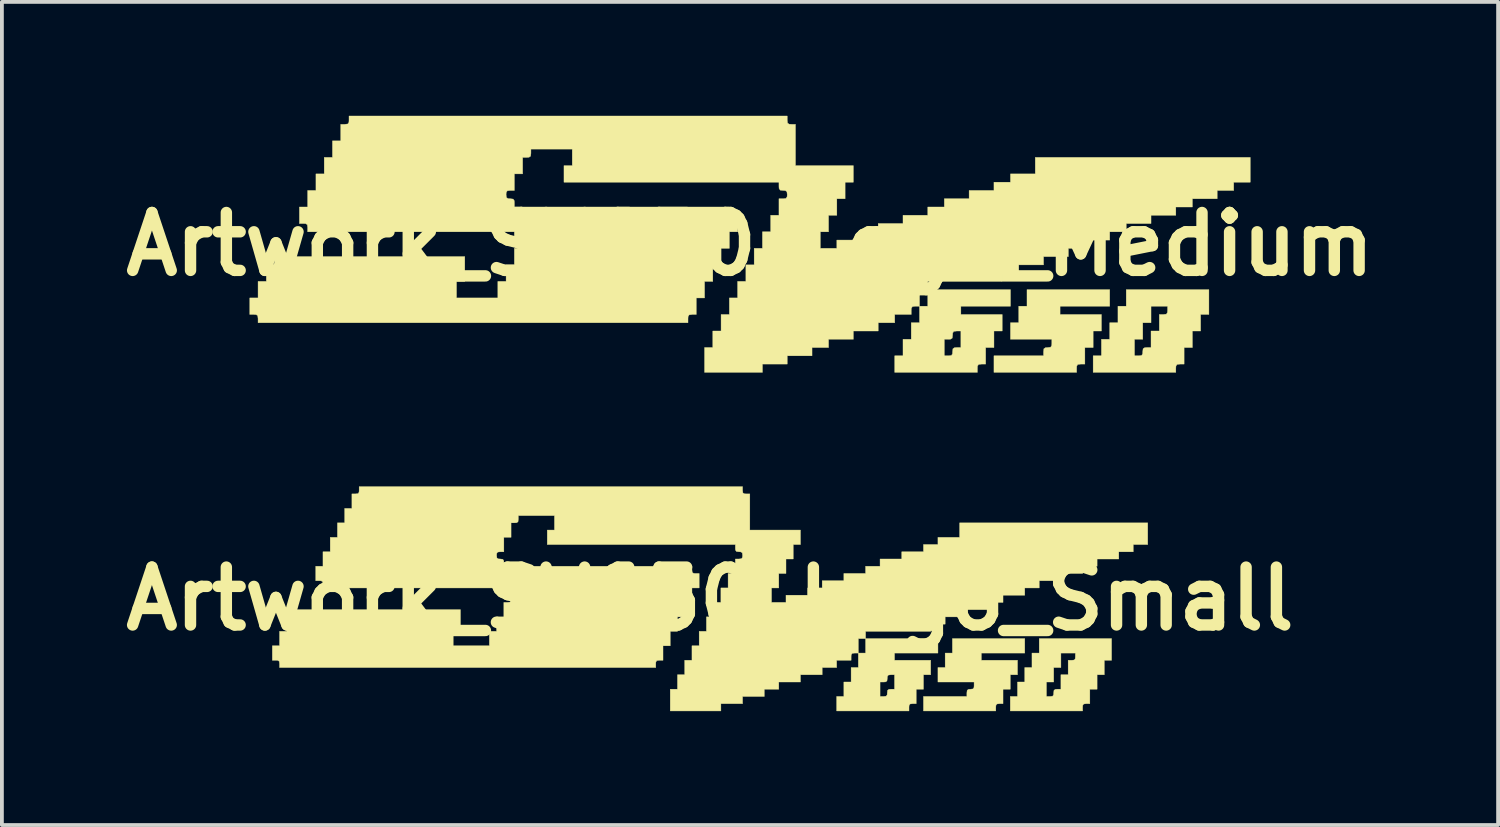
<source format=kicad_pcb>
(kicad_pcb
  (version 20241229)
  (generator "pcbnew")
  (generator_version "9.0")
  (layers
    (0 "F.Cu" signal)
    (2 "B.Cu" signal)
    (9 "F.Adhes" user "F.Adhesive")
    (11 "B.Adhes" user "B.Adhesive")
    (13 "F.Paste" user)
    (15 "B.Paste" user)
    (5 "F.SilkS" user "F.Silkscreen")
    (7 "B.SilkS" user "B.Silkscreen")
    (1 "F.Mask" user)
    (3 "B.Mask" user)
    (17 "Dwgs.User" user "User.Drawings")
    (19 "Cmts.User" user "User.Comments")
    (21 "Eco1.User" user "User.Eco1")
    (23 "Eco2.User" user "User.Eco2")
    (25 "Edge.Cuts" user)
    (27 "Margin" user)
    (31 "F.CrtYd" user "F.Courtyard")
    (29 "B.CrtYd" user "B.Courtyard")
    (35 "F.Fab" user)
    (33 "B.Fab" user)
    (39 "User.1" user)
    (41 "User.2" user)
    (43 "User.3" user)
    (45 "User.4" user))
  (footprint "Artwork_SV650_Logo_Medium"
    (layer "F.Cu")
    (at 16.699 3.38)
    (property "Reference" "Artwork_SV650_Logo_Medium" (at 0 0 0) (layer "F.SilkS") (effects (font (size 1.524 1.524) (thickness 0.3))))
    (attr through_hole)
    (fp_poly (pts (xy 9.471 1.633) (xy 8.164 1.633) (xy 8.164 1.851) (xy 9.253 1.851) (xy 9.253 2.286) (xy 9.035 2.286) (xy 9.035 2.721) (xy 8.817 2.721) (xy 8.817 3.157) (xy 8.709 3.157) (xy 8.631 3.166) (xy 8.603 3.208) (xy 8.6 3.266) (xy 8.6 3.375) (xy 6.423 3.375) (xy 6.423 2.939) (xy 7.729 2.939) (xy 7.729 2.83) (xy 7.738 2.753) (xy 7.78 2.725) (xy 7.838 2.721) (xy 7.915 2.712) (xy 7.943 2.67) (xy 7.947 2.613) (xy 7.947 2.504) (xy 6.858 2.504) (xy 6.858 2.068) (xy 7.076 2.068) (xy 7.076 1.633) (xy 7.293 1.633) (xy 7.293 1.197) (xy 9.471 1.197) (xy 9.471 1.633)) (stroke (width 0.01) (type solid)) (fill yes) (layer "F.SilkS"))
    (fp_poly (pts (xy 4.681 1.633) (xy 4.681 1.197) (xy 6.858 1.197) (xy 6.858 1.633) (xy 5.552 1.633) (xy 5.552 1.851) (xy 6.64 1.851) (xy 6.64 2.286) (xy 6.423 2.286) (xy 6.423 2.721) (xy 6.205 2.721) (xy 6.205 3.157) (xy 6.096 3.157) (xy 6.019 3.166) (xy 5.99 3.208) (xy 5.987 3.266) (xy 5.987 3.375) (xy 3.81 3.375) (xy 3.81 2.939) (xy 4.028 2.939) (xy 4.028 2.504) (xy 4.245 2.504) (xy 5.116 2.504) (xy 5.116 2.939) (xy 5.225 2.939) (xy 5.302 2.93) (xy 5.331 2.888) (xy 5.334 2.83) (xy 5.343 2.753) (xy 5.385 2.725) (xy 5.443 2.721) (xy 5.552 2.721) (xy 5.552 2.286) (xy 5.443 2.286) (xy 5.366 2.295) (xy 5.337 2.337) (xy 5.334 2.395) (xy 5.325 2.472) (xy 5.283 2.5) (xy 5.225 2.504) (xy 5.116 2.504) (xy 4.245 2.504) (xy 4.245 2.068) (xy 4.463 2.068) (xy 4.463 1.633) (xy 4.681 1.633)) (stroke (width 0.01) (type solid)) (fill yes) (layer "F.SilkS"))
    (fp_poly (pts (xy 12.083 1.851) (xy 11.865 1.851) (xy 11.865 2.286) (xy 11.648 2.286) (xy 11.648 2.721) (xy 11.43 2.721) (xy 11.43 3.157) (xy 11.321 3.157) (xy 11.244 3.166) (xy 11.216 3.208) (xy 11.212 3.266) (xy 11.212 3.375) (xy 9.035 3.375) (xy 9.035 2.939) (xy 9.253 2.939) (xy 9.253 2.504) (xy 9.471 2.504) (xy 10.124 2.504) (xy 10.124 2.939) (xy 10.233 2.939) (xy 10.31 2.93) (xy 10.338 2.888) (xy 10.341 2.83) (xy 10.35 2.753) (xy 10.393 2.725) (xy 10.45 2.721) (xy 10.559 2.721) (xy 10.559 2.286) (xy 10.777 2.286) (xy 10.777 1.851) (xy 10.886 1.851) (xy 10.963 1.842) (xy 10.991 1.799) (xy 10.995 1.742) (xy 10.995 1.633) (xy 10.559 1.633) (xy 10.559 2.068) (xy 10.341 2.068) (xy 10.341 2.504) (xy 10.124 2.504) (xy 9.471 2.504) (xy 9.471 2.068) (xy 9.688 2.068) (xy 9.688 1.633) (xy 9.906 1.633) (xy 9.906 1.197) (xy 12.083 1.197) (xy 12.083 1.851)) (stroke (width 0.01) (type solid)) (fill yes) (layer "F.SilkS"))
    (fp_poly (pts (xy 4.354 1.633) (xy 4.277 1.642) (xy 4.249 1.684) (xy 4.245 1.742) (xy 4.245 1.851) (xy 3.81 1.851) (xy 3.81 2.068) (xy 3.375 2.068) (xy 3.375 2.286) (xy 2.721 2.286) (xy 2.721 2.504) (xy 2.068 2.504) (xy 2.068 2.721) (xy 1.633 2.721) (xy 1.633 2.939) (xy 0.98 2.939) (xy 0.98 3.157) (xy 0.327 3.157) (xy 0.327 3.375) (xy -1.197 3.375) (xy -1.197 2.721) (xy -0.98 2.721) (xy -0.98 2.286) (xy -0.762 2.286) (xy -0.762 1.851) (xy -0.544 1.851) (xy -0.544 1.415) (xy -0.327 1.415) (xy -0.327 0.98) (xy -0.109 0.98) (xy -0.109 0.544) (xy 0.109 0.544) (xy 0.109 0.109) (xy 0.327 0.109) (xy 0.327 -0.327) (xy 0.544 -0.327) (xy 0.544 -0.762) (xy 0.762 -0.762) (xy 0.762 -1.197) (xy 0.871 -1.197) (xy 0.948 -1.206) (xy 0.976 -1.249) (xy 0.98 -1.306) (xy 0.971 -1.383) (xy 0.928 -1.412) (xy 0.871 -1.415) (xy 0.794 -1.424) (xy 0.765 -1.467) (xy 0.762 -1.524) (xy 0.762 -1.633) (xy -4.899 -1.633) (xy -4.899 -2.068) (xy -4.681 -2.068) (xy -4.681 -2.504) (xy -5.769 -2.504) (xy -5.769 -2.395) (xy -5.778 -2.318) (xy -5.821 -2.289) (xy -5.878 -2.286) (xy -5.987 -2.286) (xy -5.987 -1.851) (xy -6.205 -1.851) (xy -6.205 -1.415) (xy -6.314 -1.415) (xy -6.391 -1.406) (xy -6.419 -1.364) (xy -6.423 -1.306) (xy -6.414 -1.229) (xy -6.371 -1.201) (xy -6.314 -1.197) (xy -6.237 -1.188) (xy -6.208 -1.146) (xy -6.205 -1.089) (xy -6.205 -0.98) (xy -0.544 -0.98) (xy -0.544 -0.871) (xy -0.535 -0.794) (xy -0.493 -0.765) (xy -0.435 -0.762) (xy -0.327 -0.762) (xy -0.327 -0.327) (xy -0.544 -0.327) (xy -0.544 0.109) (xy -0.762 0.109) (xy -0.762 0.544) (xy -0.98 0.544) (xy -0.98 0.98) (xy -1.197 0.98) (xy -1.197 1.415) (xy -1.415 1.415) (xy -1.415 1.851) (xy -1.524 1.851) (xy -1.601 1.86) (xy -1.63 1.902) (xy -1.633 1.959) (xy -1.633 2.068) (xy -12.954 2.068) (xy -12.954 1.959) (xy -12.963 1.882) (xy -13.005 1.854) (xy -13.063 1.851) (xy -13.172 1.851) (xy -13.172 1.415) (xy -12.954 1.415) (xy -12.954 0.98) (xy -12.736 0.98) (xy -12.736 0.544) (xy -12.627 0.544) (xy -12.55 0.535) (xy -12.522 0.493) (xy -12.519 0.435) (xy -12.519 0.327) (xy -7.511 0.327) (xy -7.511 0.98) (xy -7.729 0.98) (xy -7.729 1.415) (xy -6.64 1.415) (xy -6.64 0.98) (xy -6.423 0.98) (xy -6.423 0.544) (xy -6.205 0.544) (xy -6.205 0.109) (xy -6.096 0.109) (xy -6.019 0.1) (xy -5.99 0.057) (xy -5.987 0) (xy -5.996 -0.077) (xy -6.039 -0.106) (xy -6.096 -0.109) (xy -6.173 -0.118) (xy -6.202 -0.16) (xy -6.205 -0.218) (xy -6.205 -0.327) (xy -11.648 -0.327) (xy -11.648 -0.435) (xy -11.657 -0.513) (xy -11.699 -0.541) (xy -11.757 -0.544) (xy -11.865 -0.544) (xy -11.865 -0.98) (xy -11.648 -0.98) (xy -11.648 -1.415) (xy -11.43 -1.415) (xy -11.43 -1.851) (xy -11.212 -1.851) (xy -11.212 -2.286) (xy -10.995 -2.286) (xy -10.995 -2.721) (xy -10.777 -2.721) (xy -10.777 -3.157) (xy -10.668 -3.157) (xy -10.591 -3.166) (xy -10.562 -3.208) (xy -10.559 -3.266) (xy -10.559 -3.375) (xy 0.98 -3.375) (xy 0.98 -3.266) (xy 0.989 -3.189) (xy 1.031 -3.16) (xy 1.089 -3.157) (xy 1.197 -3.157) (xy 1.197 -2.068) (xy 2.721 -2.068) (xy 2.721 -1.633) (xy 2.504 -1.633) (xy 2.504 -1.197) (xy 2.286 -1.197) (xy 2.286 -0.762) (xy 2.068 -0.762) (xy 2.068 -0.327) (xy 1.851 -0.327) (xy 1.851 0.109) (xy 2.286 0.109) (xy 2.286 -0.109) (xy 2.939 -0.109) (xy 2.939 -0.327) (xy 3.375 -0.327) (xy 3.375 -0.544) (xy 4.028 -0.544) (xy 4.028 -0.762) (xy 4.681 -0.762) (xy 4.681 -0.98) (xy 5.116 -0.98) (xy 5.116 -1.197) (xy 5.769 -1.197) (xy 5.769 -1.415) (xy 6.423 -1.415) (xy 6.423 -1.633) (xy 6.858 -1.633) (xy 6.858 -1.851) (xy 7.511 -1.851) (xy 7.511 -2.286) (xy 13.172 -2.286) (xy 13.172 -1.633) (xy 12.736 -1.633) (xy 12.736 -1.415) (xy 12.301 -1.415) (xy 12.301 -1.197) (xy 11.648 -1.197) (xy 11.648 -0.98) (xy 11.212 -0.98) (xy 11.212 -0.762) (xy 10.559 -0.762) (xy 10.559 -0.544) (xy 9.906 -0.544) (xy 9.906 -0.327) (xy 9.471 -0.327) (xy 9.471 -0.109) (xy 8.817 -0.109) (xy 8.817 0.109) (xy 8.382 0.109) (xy 8.382 0.327) (xy 7.729 0.327) (xy 7.729 0.544) (xy 7.076 0.544) (xy 7.076 0.762) (xy 6.64 0.762) (xy 6.64 0.98) (xy 4.681 0.98) (xy 4.681 1.197) (xy 4.463 1.197) (xy 4.463 1.633) (xy 4.354 1.633)) (stroke (width 0.01) (type solid)) (fill yes) (layer "F.SilkS")))
  (footprint "Artwork_SV650_Logo_Small"
    (layer "F.Cu")
    (at 15.646 12.717)
    (property "Reference" "Artwork_SV650_Logo_Small" (at 0 0 0) (layer "F.SilkS") (effects (font (size 1.524 1.524) (thickness 0.3))))
    (attr through_hole)
    (fp_poly (pts (xy 8.287 1.429) (xy 7.144 1.429) (xy 7.144 1.619) (xy 8.096 1.619) (xy 8.096 2) (xy 7.906 2) (xy 7.906 2.381) (xy 7.715 2.381) (xy 7.715 2.762) (xy 7.62 2.762) (xy 7.553 2.77) (xy 7.528 2.807) (xy 7.525 2.857) (xy 7.525 2.953) (xy 5.62 2.953) (xy 5.62 2.572) (xy 6.763 2.572) (xy 6.763 2.477) (xy 6.771 2.409) (xy 6.808 2.384) (xy 6.858 2.381) (xy 6.925 2.373) (xy 6.95 2.336) (xy 6.953 2.286) (xy 6.953 2.191) (xy 6.001 2.191) (xy 6.001 1.81) (xy 6.191 1.81) (xy 6.191 1.429) (xy 6.382 1.429) (xy 6.382 1.048) (xy 8.287 1.048) (xy 8.287 1.429)) (stroke (width 0.01) (type solid)) (fill yes) (layer "F.SilkS"))
    (fp_poly (pts (xy 4.096 1.429) (xy 4.096 1.048) (xy 6.001 1.048) (xy 6.001 1.429) (xy 4.858 1.429) (xy 4.858 1.619) (xy 5.81 1.619) (xy 5.81 2) (xy 5.62 2) (xy 5.62 2.381) (xy 5.429 2.381) (xy 5.429 2.762) (xy 5.334 2.762) (xy 5.267 2.77) (xy 5.242 2.807) (xy 5.239 2.857) (xy 5.239 2.953) (xy 3.334 2.953) (xy 3.334 2.572) (xy 3.524 2.572) (xy 3.524 2.191) (xy 3.715 2.191) (xy 4.477 2.191) (xy 4.477 2.572) (xy 4.572 2.572) (xy 4.639 2.564) (xy 4.664 2.527) (xy 4.667 2.477) (xy 4.675 2.409) (xy 4.712 2.384) (xy 4.763 2.381) (xy 4.858 2.381) (xy 4.858 2) (xy 4.763 2) (xy 4.695 2.008) (xy 4.67 2.045) (xy 4.667 2.095) (xy 4.659 2.163) (xy 4.622 2.188) (xy 4.572 2.191) (xy 4.477 2.191) (xy 3.715 2.191) (xy 3.715 1.81) (xy 3.905 1.81) (xy 3.905 1.429) (xy 4.096 1.429)) (stroke (width 0.01) (type solid)) (fill yes) (layer "F.SilkS"))
    (fp_poly (pts (xy 10.573 1.619) (xy 10.382 1.619) (xy 10.382 2) (xy 10.192 2) (xy 10.192 2.381) (xy 10.001 2.381) (xy 10.001 2.762) (xy 9.906 2.762) (xy 9.839 2.77) (xy 9.814 2.807) (xy 9.811 2.857) (xy 9.811 2.953) (xy 7.906 2.953) (xy 7.906 2.572) (xy 8.096 2.572) (xy 8.096 2.191) (xy 8.287 2.191) (xy 8.858 2.191) (xy 8.858 2.572) (xy 8.954 2.572) (xy 9.021 2.564) (xy 9.046 2.527) (xy 9.049 2.477) (xy 9.057 2.409) (xy 9.094 2.384) (xy 9.144 2.381) (xy 9.239 2.381) (xy 9.239 2) (xy 9.43 2) (xy 9.43 1.619) (xy 9.525 1.619) (xy 9.592 1.611) (xy 9.617 1.574) (xy 9.62 1.524) (xy 9.62 1.429) (xy 9.239 1.429) (xy 9.239 1.81) (xy 9.049 1.81) (xy 9.049 2.191) (xy 8.858 2.191) (xy 8.287 2.191) (xy 8.287 1.81) (xy 8.477 1.81) (xy 8.477 1.429) (xy 8.668 1.429) (xy 8.668 1.048) (xy 10.573 1.048) (xy 10.573 1.619)) (stroke (width 0.01) (type solid)) (fill yes) (layer "F.SilkS"))
    (fp_poly (pts (xy 3.81 1.429) (xy 3.743 1.437) (xy 3.718 1.474) (xy 3.715 1.524) (xy 3.715 1.619) (xy 3.334 1.619) (xy 3.334 1.81) (xy 2.953 1.81) (xy 2.953 2) (xy 2.381 2) (xy 2.381 2.191) (xy 1.81 2.191) (xy 1.81 2.381) (xy 1.429 2.381) (xy 1.429 2.572) (xy 0.857 2.572) (xy 0.857 2.762) (xy 0.286 2.762) (xy 0.286 2.953) (xy -1.048 2.953) (xy -1.048 2.381) (xy -0.857 2.381) (xy -0.857 2) (xy -0.667 2) (xy -0.667 1.619) (xy -0.476 1.619) (xy -0.476 1.238) (xy -0.286 1.238) (xy -0.286 0.857) (xy -0.095 0.857) (xy -0.095 0.476) (xy 0.095 0.476) (xy 0.095 0.095) (xy 0.286 0.095) (xy 0.286 -0.286) (xy 0.476 -0.286) (xy 0.476 -0.667) (xy 0.667 -0.667) (xy 0.667 -1.048) (xy 0.762 -1.048) (xy 0.829 -1.056) (xy 0.854 -1.093) (xy 0.857 -1.143) (xy 0.849 -1.21) (xy 0.812 -1.235) (xy 0.762 -1.238) (xy 0.695 -1.246) (xy 0.67 -1.283) (xy 0.667 -1.333) (xy 0.667 -1.429) (xy -4.286 -1.429) (xy -4.286 -1.81) (xy -4.096 -1.81) (xy -4.096 -2.191) (xy -5.048 -2.191) (xy -5.048 -2.095) (xy -5.056 -2.028) (xy -5.093 -2.003) (xy -5.144 -2) (xy -5.239 -2) (xy -5.239 -1.619) (xy -5.429 -1.619) (xy -5.429 -1.238) (xy -5.524 -1.238) (xy -5.592 -1.23) (xy -5.617 -1.193) (xy -5.62 -1.143) (xy -5.612 -1.076) (xy -5.575 -1.051) (xy -5.524 -1.048) (xy -5.457 -1.04) (xy -5.432 -1.003) (xy -5.429 -0.953) (xy -5.429 -0.857) (xy -0.476 -0.857) (xy -0.476 -0.762) (xy -0.468 -0.695) (xy -0.431 -0.67) (xy -0.381 -0.667) (xy -0.286 -0.667) (xy -0.286 -0.286) (xy -0.476 -0.286) (xy -0.476 0.095) (xy -0.667 0.095) (xy -0.667 0.476) (xy -0.857 0.476) (xy -0.857 0.857) (xy -1.048 0.857) (xy -1.048 1.238) (xy -1.238 1.238) (xy -1.238 1.619) (xy -1.333 1.619) (xy -1.401 1.627) (xy -1.426 1.664) (xy -1.429 1.714) (xy -1.429 1.81) (xy -11.335 1.81) (xy -11.335 1.714) (xy -11.343 1.647) (xy -11.38 1.622) (xy -11.43 1.619) (xy -11.525 1.619) (xy -11.525 1.238) (xy -11.335 1.238) (xy -11.335 0.857) (xy -11.144 0.857) (xy -11.144 0.476) (xy -11.049 0.476) (xy -10.982 0.468) (xy -10.957 0.431) (xy -10.954 0.381) (xy -10.954 0.286) (xy -6.572 0.286) (xy -6.572 0.857) (xy -6.763 0.857) (xy -6.763 1.238) (xy -5.81 1.238) (xy -5.81 0.857) (xy -5.62 0.857) (xy -5.62 0.476) (xy -5.429 0.476) (xy -5.429 0.095) (xy -5.334 0.095) (xy -5.267 0.087) (xy -5.242 0.05) (xy -5.239 0) (xy -5.247 -0.067) (xy -5.284 -0.092) (xy -5.334 -0.095) (xy -5.401 -0.103) (xy -5.426 -0.14) (xy -5.429 -0.191) (xy -5.429 -0.286) (xy -10.192 -0.286) (xy -10.192 -0.381) (xy -10.2 -0.448) (xy -10.237 -0.473) (xy -10.287 -0.476) (xy -10.382 -0.476) (xy -10.382 -0.857) (xy -10.192 -0.857) (xy -10.192 -1.238) (xy -10.001 -1.238) (xy -10.001 -1.619) (xy -9.811 -1.619) (xy -9.811 -2) (xy -9.62 -2) (xy -9.62 -2.381) (xy -9.43 -2.381) (xy -9.43 -2.762) (xy -9.335 -2.762) (xy -9.267 -2.77) (xy -9.242 -2.807) (xy -9.239 -2.857) (xy -9.239 -2.953) (xy 0.857 -2.953) (xy 0.857 -2.857) (xy 0.865 -2.79) (xy 0.902 -2.765) (xy 0.953 -2.762) (xy 1.048 -2.762) (xy 1.048 -1.81) (xy 2.381 -1.81) (xy 2.381 -1.429) (xy 2.191 -1.429) (xy 2.191 -1.048) (xy 2 -1.048) (xy 2 -0.667) (xy 1.81 -0.667) (xy 1.81 -0.286) (xy 1.619 -0.286) (xy 1.619 0.095) (xy 2 0.095) (xy 2 -0.095) (xy 2.572 -0.095) (xy 2.572 -0.286) (xy 2.953 -0.286) (xy 2.953 -0.476) (xy 3.524 -0.476) (xy 3.524 -0.667) (xy 4.096 -0.667) (xy 4.096 -0.857) (xy 4.477 -0.857) (xy 4.477 -1.048) (xy 5.048 -1.048) (xy 5.048 -1.238) (xy 5.62 -1.238) (xy 5.62 -1.429) (xy 6.001 -1.429) (xy 6.001 -1.619) (xy 6.572 -1.619) (xy 6.572 -2) (xy 11.525 -2) (xy 11.525 -1.429) (xy 11.144 -1.429) (xy 11.144 -1.238) (xy 10.763 -1.238) (xy 10.763 -1.048) (xy 10.192 -1.048) (xy 10.192 -0.857) (xy 9.811 -0.857) (xy 9.811 -0.667) (xy 9.239 -0.667) (xy 9.239 -0.476) (xy 8.668 -0.476) (xy 8.668 -0.286) (xy 8.287 -0.286) (xy 8.287 -0.095) (xy 7.715 -0.095) (xy 7.715 0.095) (xy 7.334 0.095) (xy 7.334 0.286) (xy 6.763 0.286) (xy 6.763 0.476) (xy 6.191 0.476) (xy 6.191 0.667) (xy 5.81 0.667) (xy 5.81 0.857) (xy 4.096 0.857) (xy 4.096 1.048) (xy 3.905 1.048) (xy 3.905 1.429) (xy 3.81 1.429)) (stroke (width 0.01) (type solid)) (fill yes) (layer "F.SilkS")))
  (gr_rect
    (start -3 -3)
    (end 36.397 18.675)
    (stroke (width 0.1) (type default))
    (fill no)
    (layer "Edge.Cuts")))
</source>
